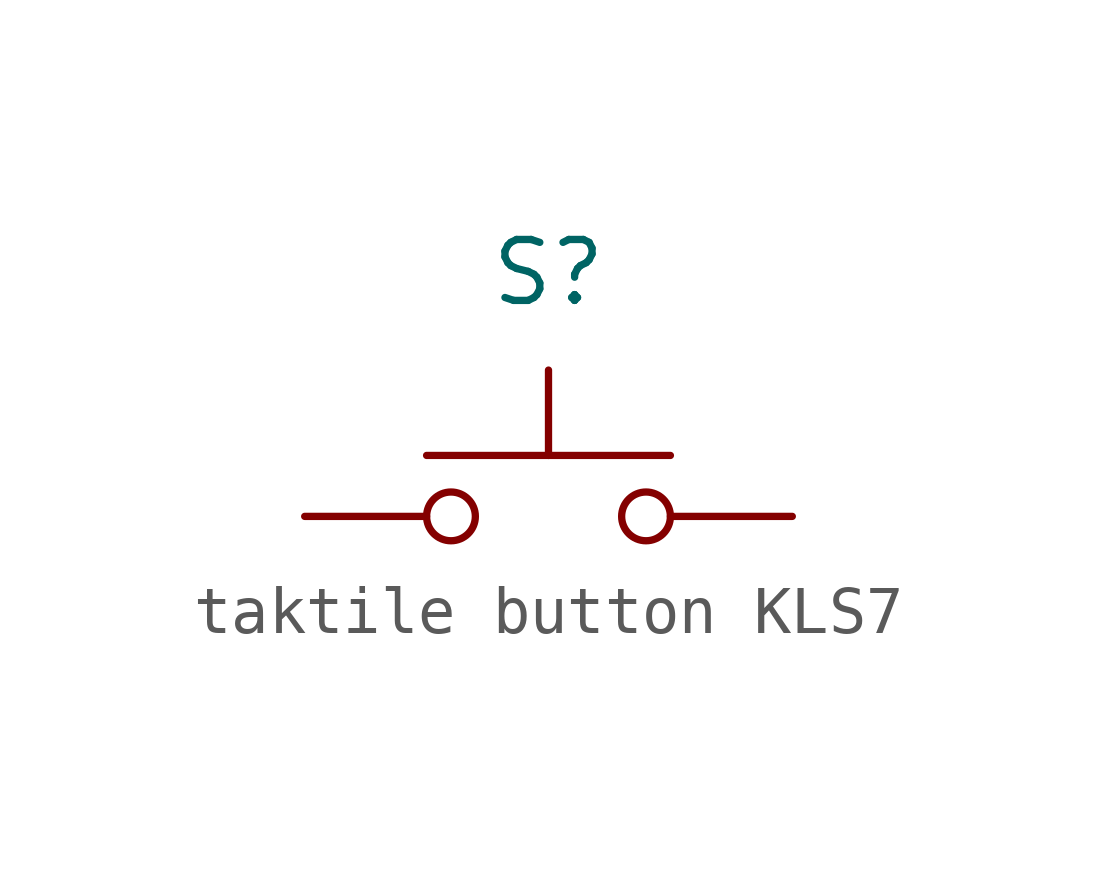
<source format=kicad_sym>
(kicad_symbol_lib
  (version 20210619)
  (generator kicad_symbol_editor)
  (symbol "my_Library:taktile button KLS7"
    (pin_numbers hide)
    (pin_names hide)
    (property "Reference" "S"
      (at 0 5.08 0)
      (effects (font (size 1.27 1.27))))
    (symbol "taktile button KLS7_0_1"
      (circle (center -2.032 0) (radius 0.508) (stroke (width 0)) (fill (type none)))
      (circle (center 2.032 0) (radius 0.508) (stroke (width 0)) (fill (type none)))
      (polyline (pts (xy 0 1.27) (xy 0 3.048)) (stroke (width 0)) (fill (type none)))
      (polyline (pts (xy 2.54 1.27) (xy -2.54 1.27)) (stroke (width 0)) (fill (type none)))
      (pin passive line (at -5.08 0 0) (length 2.54) (name "1" (effects (font (size 1.27 1.27)))) (number "1" (effects (font (size 1.27 1.27)))))
      (pin passive line (at 5.08 0 180) (length 2.54) (name "2" (effects (font (size 1.27 1.27)))) (number "2" (effects (font (size 1.27 1.27))))))
    (symbol "taktile button KLS7_1_1"
      (pin passive line (at -5.08 0 0) (length 2.54) hide (name "1" (effects (font (size 1.27 1.27)))) (number "1" (effects (font (size 1.27 1.27)))))
      (pin passive line (at 5.08 0 180) (length 2.54) hide (name "2" (effects (font (size 1.27 1.27)))) (number "2" (effects (font (size 1.27 1.27))))))))
</source>
